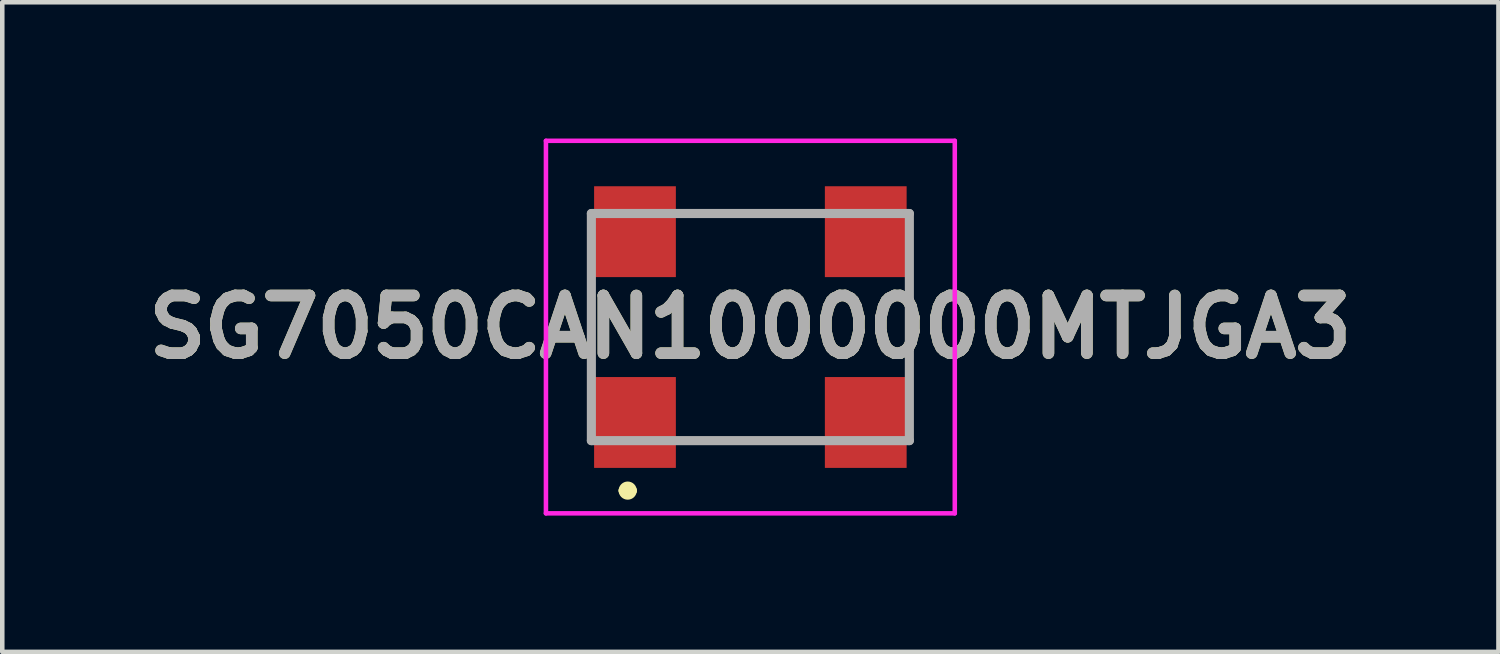
<source format=kicad_pcb>
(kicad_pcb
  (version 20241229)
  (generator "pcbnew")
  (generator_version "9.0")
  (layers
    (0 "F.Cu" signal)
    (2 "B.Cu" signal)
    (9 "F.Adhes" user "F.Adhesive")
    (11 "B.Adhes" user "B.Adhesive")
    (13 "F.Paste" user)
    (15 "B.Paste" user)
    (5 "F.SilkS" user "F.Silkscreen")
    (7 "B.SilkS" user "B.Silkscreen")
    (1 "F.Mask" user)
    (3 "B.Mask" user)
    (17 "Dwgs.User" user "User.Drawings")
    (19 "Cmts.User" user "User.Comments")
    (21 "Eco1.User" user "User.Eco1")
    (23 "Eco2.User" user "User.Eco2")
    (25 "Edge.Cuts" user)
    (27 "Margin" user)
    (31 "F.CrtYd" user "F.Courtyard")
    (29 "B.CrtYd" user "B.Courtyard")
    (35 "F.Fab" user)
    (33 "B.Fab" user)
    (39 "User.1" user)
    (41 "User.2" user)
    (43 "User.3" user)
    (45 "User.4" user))
  (footprint "SG7050CAN1000000MTJGA3"
    (layer "F.Cu")
    (at 13.468 4.15)
    (property "Reference" "SG7050CAN1000000MTJGA3" (at 0 0 0) (layer "F.SilkS") (effects (font (size 1.27 1.27) (thickness 0.254))))
    (attr smd)
    (fp_line (start -3.5 -0.8) (end -3.5 0.8) (stroke (width 0.1) (type solid)) (layer "F.SilkS"))
    (fp_line (start -2.8 3.6) (end -2.8 3.6) (stroke (width 0.2) (type solid)) (layer "F.SilkS"))
    (fp_line (start -2.6 3.6) (end -2.6 3.6) (stroke (width 0.2) (type solid)) (layer "F.SilkS"))
    (fp_line (start -1.4 -2.5) (end 1.4 -2.5) (stroke (width 0.1) (type solid)) (layer "F.SilkS"))
    (fp_line (start -1.4 2.5) (end 1.4 2.5) (stroke (width 0.1) (type solid)) (layer "F.SilkS"))
    (fp_line (start 3.5 -0.8) (end 3.5 0.8) (stroke (width 0.1) (type solid)) (layer "F.SilkS"))
    (fp_arc (start -2.8 3.6) (mid -2.7 3.5) (end -2.6 3.6) (stroke (width 0.2) (type solid)) (layer "F.SilkS"))
    (fp_arc (start -2.6 3.6) (mid -2.7 3.7) (end -2.8 3.6) (stroke (width 0.2) (type solid)) (layer "F.SilkS"))
    (fp_line (start -4.5 -4.1) (end 4.5 -4.1) (stroke (width 0.1) (type solid)) (layer "F.CrtYd"))
    (fp_line (start -4.5 4.1) (end -4.5 -4.1) (stroke (width 0.1) (type solid)) (layer "F.CrtYd"))
    (fp_line (start 4.5 -4.1) (end 4.5 4.1) (stroke (width 0.1) (type solid)) (layer "F.CrtYd"))
    (fp_line (start 4.5 4.1) (end -4.5 4.1) (stroke (width 0.1) (type solid)) (layer "F.CrtYd"))
    (fp_line (start -3.5 -2.5) (end 3.5 -2.5) (stroke (width 0.2) (type solid)) (layer "F.Fab"))
    (fp_line (start -3.5 2.5) (end -3.5 -2.5) (stroke (width 0.2) (type solid)) (layer "F.Fab"))
    (fp_line (start 3.5 -2.5) (end 3.5 2.5) (stroke (width 0.2) (type solid)) (layer "F.Fab"))
    (fp_line (start 3.5 2.5) (end -3.5 2.5) (stroke (width 0.2) (type solid)) (layer "F.Fab"))
    (fp_text user "${REFERENCE}" (at 0 0 0) (layer "F.Fab") (effects (font (size 1.27 1.27) (thickness 0.254))))
    (pad "1" smd rect (at -2.54 2.1) (size 1.8 2) (layers "F.Cu" "F.Mask" "F.Paste"))
    (pad "2" smd rect (at 2.54 2.1) (size 1.8 2) (layers "F.Cu" "F.Mask" "F.Paste"))
    (pad "3" smd rect (at 2.54 -2.1) (size 1.8 2) (layers "F.Cu" "F.Mask" "F.Paste"))
    (pad "4" smd rect (at -2.54 -2.1) (size 1.8 2) (layers "F.Cu" "F.Mask" "F.Paste")))
  (gr_rect
    (start -3 -3)
    (end 29.936 11.3)
    (stroke (width 0.1) (type default))
    (fill no)
    (layer "Edge.Cuts")))
</source>
